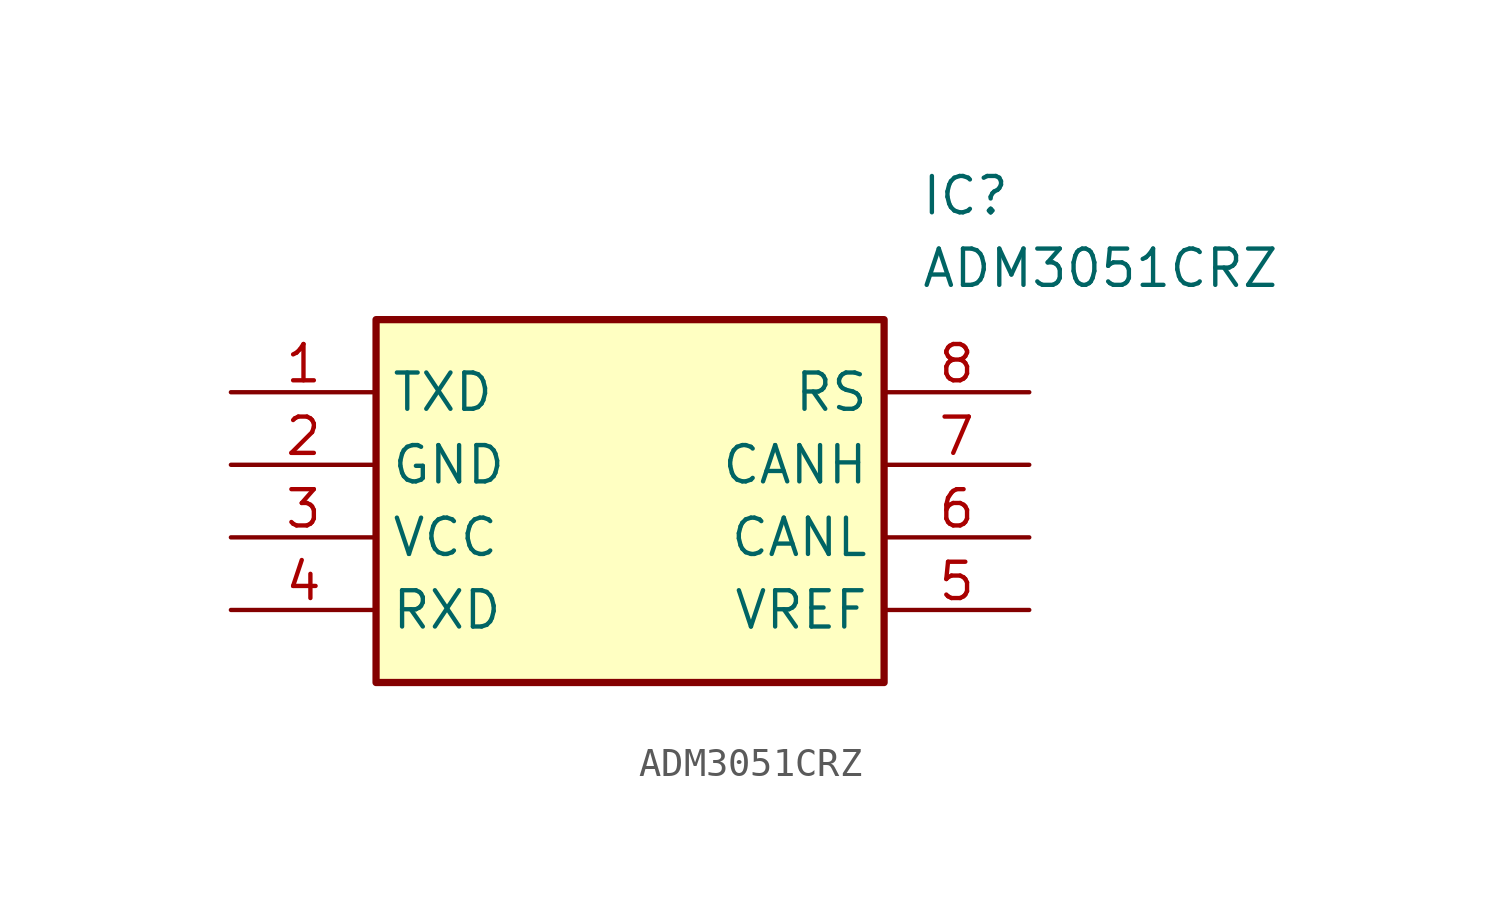
<source format=kicad_sym>
(kicad_symbol_lib
  (version 20211014)
  (generator SamacSys_ECAD_Model)
  (symbol "ADM3051CRZ"
    (property "Reference" "IC"
      (at 24.13 7.62 0)
      (effects (font (size 1.27 1.27)) (justify left top)))
    (property "Value" "ADM3051CRZ"
      (at 24.13 5.08 0)
      (effects (font (size 1.27 1.27)) (justify left top)))
    (rectangle
      (start 5.08 2.54)
      (end 22.86 -10.16)
      (stroke (width 0.254) (type default))
      (fill (type background)))
    (pin passive line
      (at 0 0 0)
      (length 5.08)
      (name "TXD" (effects (font (size 1.27 1.27))))
      (number "1" (effects (font (size 1.27 1.27)))))
    (pin passive line
      (at 0 -2.54 0)
      (length 5.08)
      (name "GND" (effects (font (size 1.27 1.27))))
      (number "2" (effects (font (size 1.27 1.27)))))
    (pin passive line
      (at 0 -5.08 0)
      (length 5.08)
      (name "VCC" (effects (font (size 1.27 1.27))))
      (number "3" (effects (font (size 1.27 1.27)))))
    (pin passive line
      (at 0 -7.62 0)
      (length 5.08)
      (name "RXD" (effects (font (size 1.27 1.27))))
      (number "4" (effects (font (size 1.27 1.27)))))
    (pin passive line
      (at 27.94 0 180)
      (length 5.08)
      (name "RS" (effects (font (size 1.27 1.27))))
      (number "8" (effects (font (size 1.27 1.27)))))
    (pin passive line
      (at 27.94 -2.54 180)
      (length 5.08)
      (name "CANH" (effects (font (size 1.27 1.27))))
      (number "7" (effects (font (size 1.27 1.27)))))
    (pin passive line
      (at 27.94 -5.08 180)
      (length 5.08)
      (name "CANL" (effects (font (size 1.27 1.27))))
      (number "6" (effects (font (size 1.27 1.27)))))
    (pin passive line
      (at 27.94 -7.62 180)
      (length 5.08)
      (name "VREF" (effects (font (size 1.27 1.27))))
      (number "5" (effects (font (size 1.27 1.27)))))))
</source>
